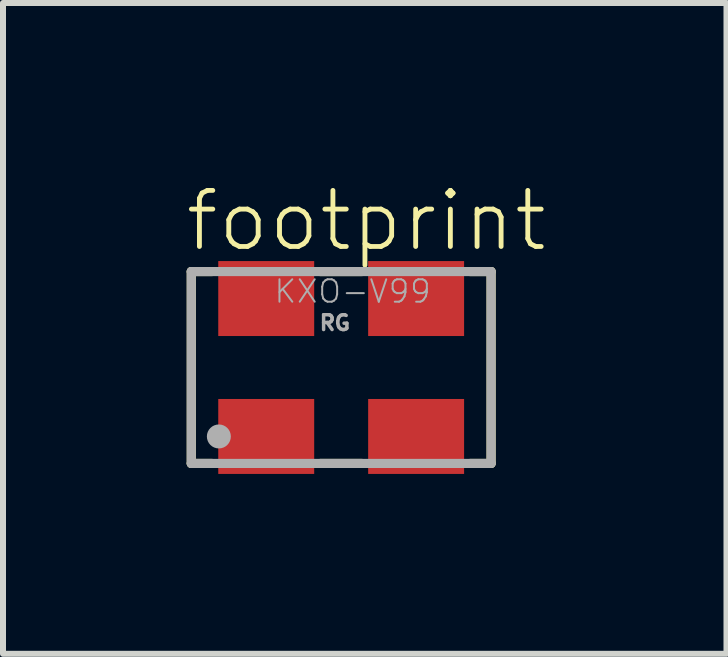
<source format=kicad_pcb>
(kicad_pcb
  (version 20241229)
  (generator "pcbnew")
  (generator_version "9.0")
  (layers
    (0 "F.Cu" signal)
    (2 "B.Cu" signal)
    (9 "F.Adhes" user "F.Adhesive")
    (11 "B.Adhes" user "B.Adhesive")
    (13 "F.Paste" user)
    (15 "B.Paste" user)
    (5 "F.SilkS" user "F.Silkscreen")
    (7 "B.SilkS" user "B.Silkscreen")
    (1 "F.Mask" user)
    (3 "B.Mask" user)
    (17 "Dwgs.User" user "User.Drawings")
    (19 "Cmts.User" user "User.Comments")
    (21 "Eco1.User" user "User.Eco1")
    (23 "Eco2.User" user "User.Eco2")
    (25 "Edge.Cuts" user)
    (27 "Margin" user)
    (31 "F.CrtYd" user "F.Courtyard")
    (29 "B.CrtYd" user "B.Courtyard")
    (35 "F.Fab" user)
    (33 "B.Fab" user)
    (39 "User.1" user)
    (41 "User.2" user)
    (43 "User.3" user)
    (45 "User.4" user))
  (footprint "footprint"
    (layer "F.Cu")
    (at 2.64 3.079)
    (property "Reference" "footprint" (at -2.64 -1.9 0) (layer "F.SilkS") (effects (font (size 0.935 0.935) (thickness 0.081)) (justify left bottom)))
    (fp_line (start -2.5 -1.6) (end -2.5 1.6) (stroke (width 0.152) (type solid)) (layer "F.SilkS"))
    (fp_line (start -2.5 -1.6) (end -2.15 -1.6) (stroke (width 0.152) (type solid)) (layer "F.SilkS"))
    (fp_line (start -2.5 1.6) (end -2.15 1.6) (stroke (width 0.152) (type solid)) (layer "F.SilkS"))
    (fp_line (start -0.35 -1.6) (end 0.35 -1.6) (stroke (width 0.152) (type solid)) (layer "F.SilkS"))
    (fp_line (start -0.35 1.6) (end 0.35 1.6) (stroke (width 0.152) (type solid)) (layer "F.SilkS"))
    (fp_line (start 2.15 -1.6) (end 2.5 -1.6) (stroke (width 0.152) (type solid)) (layer "F.SilkS"))
    (fp_line (start 2.15 1.6) (end 2.5 1.6) (stroke (width 0.152) (type solid)) (layer "F.SilkS"))
    (fp_line (start 2.5 -1.6) (end 2.5 1.6) (stroke (width 0.152) (type solid)) (layer "F.SilkS"))
    (fp_line (start -2.5 -1.6) (end -2.5 1.6) (stroke (width 0.152) (type solid)) (layer "F.Fab"))
    (fp_line (start -2.5 1.6) (end 2.5 1.6) (stroke (width 0.152) (type solid)) (layer "F.Fab"))
    (fp_line (start 2.5 -1.6) (end -2.5 -1.6) (stroke (width 0.152) (type solid)) (layer "F.Fab"))
    (fp_line (start 2.5 1.6) (end 2.5 -1.6) (stroke (width 0.152) (type solid)) (layer "F.Fab"))
    (fp_circle (center -2.04 1.15) (end -1.94 1.15) (stroke (width 0.2) (type solid)) (fill no) (layer "F.Fab"))
    (fp_text user "KXO-V99" (at -1.14 -1.05 0) (layer "F.Fab") (effects (font (size 0.374 0.374) (thickness 0.033)) (justify left bottom)))
    (fp_text user "RG" (at -0.39 -0.6 0) (layer "F.Fab") (effects (font (size 0.247 0.247) (thickness 0.058)) (justify left bottom)))
    (pad "1" smd rect (at -1.25 1.15) (size 1.6 1.25) (layers "F.Cu" "F.Mask" "F.Paste"))
    (pad "2" smd rect (at 1.25 1.15) (size 1.6 1.25) (layers "F.Cu" "F.Mask" "F.Paste"))
    (pad "3" smd rect (at 1.25 -1.15) (size 1.6 1.25) (layers "F.Cu" "F.Mask" "F.Paste"))
    (pad "4" smd rect (at -1.25 -1.15) (size 1.6 1.25) (layers "F.Cu" "F.Mask" "F.Paste")))
  (gr_rect
    (start -3 -3)
    (end 9.066 7.854)
    (stroke (width 0.1) (type default))
    (fill no)
    (layer "Edge.Cuts")))
</source>
